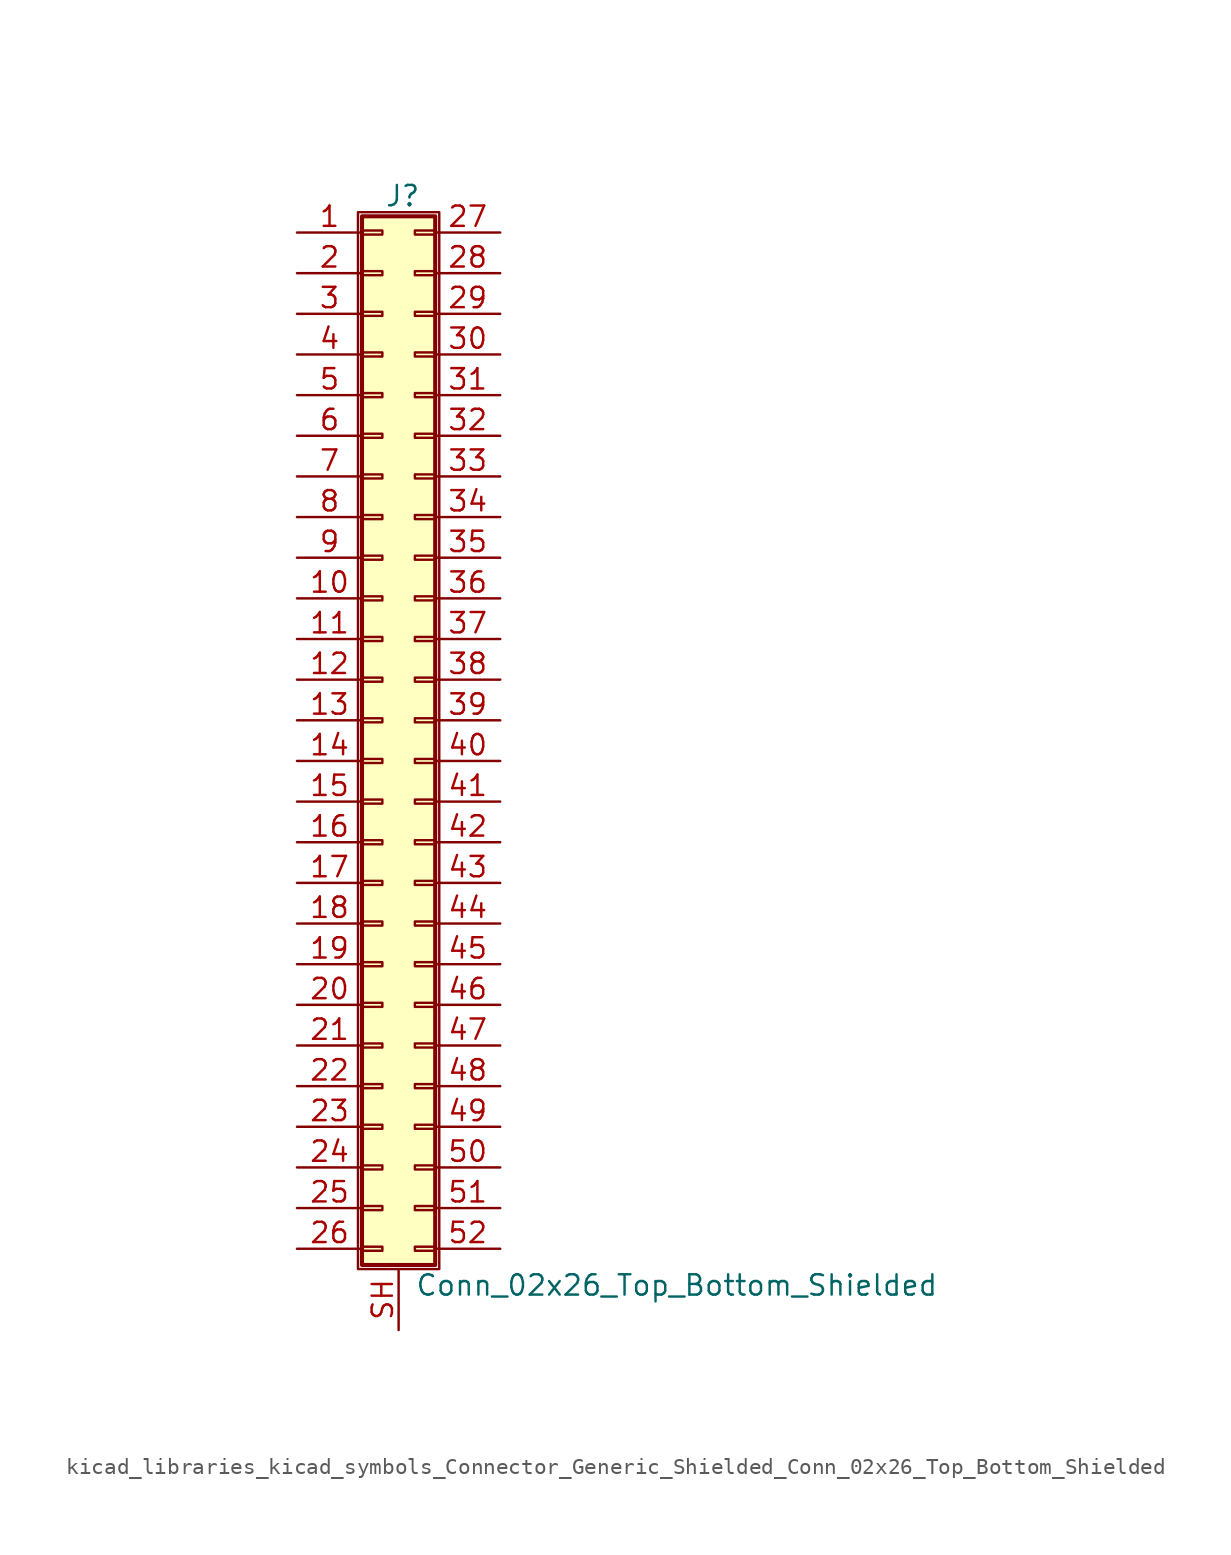
<source format=kicad_sym>
(kicad_symbol_lib
  (version 20220914)
  (generator kicad_symbol_editor)
  (symbol "kicad_libraries_kicad_symbols_Connector_Generic_Shielded_Conn_02x26_Top_Bottom_Shielded"
    (pin_names
      (offset 1.016) hide)
    (property "Reference" "J"
      (at 1.524 32.766 0)
      (effects (font (size 1.27 1.27))))
    (property "Value" "Conn_02x26_Top_Bottom_Shielded"
      (at 2.286 -35.306 0)
      (effects (font (size 1.27 1.27)) (justify left)))
    (symbol "kicad_libraries_kicad_symbols_Connector_Generic_Shielded_Conn_02x26_Top_Bottom_Shielded_1_1"
      (rectangle (start -1.27 31.75) (end 3.81 -34.29) (stroke (width 0.152) (type default)) (fill (type none)))
      (rectangle (start -1.016 -32.893) (end 0.254 -33.147) (stroke (width 0.152) (type default)) (fill (type none)))
      (rectangle (start -1.016 -30.353) (end 0.254 -30.607) (stroke (width 0.152) (type default)) (fill (type none)))
      (rectangle (start -1.016 -27.813) (end 0.254 -28.067) (stroke (width 0.152) (type default)) (fill (type none)))
      (rectangle (start -1.016 -25.273) (end 0.254 -25.527) (stroke (width 0.152) (type default)) (fill (type none)))
      (rectangle (start -1.016 -22.733) (end 0.254 -22.987) (stroke (width 0.152) (type default)) (fill (type none)))
      (rectangle (start -1.016 -20.193) (end 0.254 -20.447) (stroke (width 0.152) (type default)) (fill (type none)))
      (rectangle (start -1.016 -17.653) (end 0.254 -17.907) (stroke (width 0.152) (type default)) (fill (type none)))
      (rectangle (start -1.016 -15.113) (end 0.254 -15.367) (stroke (width 0.152) (type default)) (fill (type none)))
      (rectangle (start -1.016 -12.573) (end 0.254 -12.827) (stroke (width 0.152) (type default)) (fill (type none)))
      (rectangle (start -1.016 -10.033) (end 0.254 -10.287) (stroke (width 0.152) (type default)) (fill (type none)))
      (rectangle (start -1.016 -7.493) (end 0.254 -7.747) (stroke (width 0.152) (type default)) (fill (type none)))
      (rectangle (start -1.016 -4.953) (end 0.254 -5.207) (stroke (width 0.152) (type default)) (fill (type none)))
      (rectangle (start -1.016 -2.413) (end 0.254 -2.667) (stroke (width 0.152) (type default)) (fill (type none)))
      (rectangle (start -1.016 0.127) (end 0.254 -0.127) (stroke (width 0.152) (type default)) (fill (type none)))
      (rectangle (start -1.016 2.667) (end 0.254 2.413) (stroke (width 0.152) (type default)) (fill (type none)))
      (rectangle (start -1.016 5.207) (end 0.254 4.953) (stroke (width 0.152) (type default)) (fill (type none)))
      (rectangle (start -1.016 7.747) (end 0.254 7.493) (stroke (width 0.152) (type default)) (fill (type none)))
      (rectangle (start -1.016 10.287) (end 0.254 10.033) (stroke (width 0.152) (type default)) (fill (type none)))
      (rectangle (start -1.016 12.827) (end 0.254 12.573) (stroke (width 0.152) (type default)) (fill (type none)))
      (rectangle (start -1.016 15.367) (end 0.254 15.113) (stroke (width 0.152) (type default)) (fill (type none)))
      (rectangle (start -1.016 17.907) (end 0.254 17.653) (stroke (width 0.152) (type default)) (fill (type none)))
      (rectangle (start -1.016 20.447) (end 0.254 20.193) (stroke (width 0.152) (type default)) (fill (type none)))
      (rectangle (start -1.016 22.987) (end 0.254 22.733) (stroke (width 0.152) (type default)) (fill (type none)))
      (rectangle (start -1.016 25.527) (end 0.254 25.273) (stroke (width 0.152) (type default)) (fill (type none)))
      (rectangle (start -1.016 28.067) (end 0.254 27.813) (stroke (width 0.152) (type default)) (fill (type none)))
      (rectangle (start -1.016 30.607) (end 0.254 30.353) (stroke (width 0.152) (type default)) (fill (type none)))
      (rectangle (start -1.016 31.496) (end 3.556 -34.036) (stroke (width 0.254) (type default)) (fill (type background)))
      (rectangle (start 3.556 -32.893) (end 2.286 -33.147) (stroke (width 0.152) (type default)) (fill (type none)))
      (rectangle (start 3.556 -30.353) (end 2.286 -30.607) (stroke (width 0.152) (type default)) (fill (type none)))
      (rectangle (start 3.556 -27.813) (end 2.286 -28.067) (stroke (width 0.152) (type default)) (fill (type none)))
      (rectangle (start 3.556 -25.273) (end 2.286 -25.527) (stroke (width 0.152) (type default)) (fill (type none)))
      (rectangle (start 3.556 -22.733) (end 2.286 -22.987) (stroke (width 0.152) (type default)) (fill (type none)))
      (rectangle (start 3.556 -20.193) (end 2.286 -20.447) (stroke (width 0.152) (type default)) (fill (type none)))
      (rectangle (start 3.556 -17.653) (end 2.286 -17.907) (stroke (width 0.152) (type default)) (fill (type none)))
      (rectangle (start 3.556 -15.113) (end 2.286 -15.367) (stroke (width 0.152) (type default)) (fill (type none)))
      (rectangle (start 3.556 -12.573) (end 2.286 -12.827) (stroke (width 0.152) (type default)) (fill (type none)))
      (rectangle (start 3.556 -10.033) (end 2.286 -10.287) (stroke (width 0.152) (type default)) (fill (type none)))
      (rectangle (start 3.556 -7.493) (end 2.286 -7.747) (stroke (width 0.152) (type default)) (fill (type none)))
      (rectangle (start 3.556 -4.953) (end 2.286 -5.207) (stroke (width 0.152) (type default)) (fill (type none)))
      (rectangle (start 3.556 -2.413) (end 2.286 -2.667) (stroke (width 0.152) (type default)) (fill (type none)))
      (rectangle (start 3.556 0.127) (end 2.286 -0.127) (stroke (width 0.152) (type default)) (fill (type none)))
      (rectangle (start 3.556 2.667) (end 2.286 2.413) (stroke (width 0.152) (type default)) (fill (type none)))
      (rectangle (start 3.556 5.207) (end 2.286 4.953) (stroke (width 0.152) (type default)) (fill (type none)))
      (rectangle (start 3.556 7.747) (end 2.286 7.493) (stroke (width 0.152) (type default)) (fill (type none)))
      (rectangle (start 3.556 10.287) (end 2.286 10.033) (stroke (width 0.152) (type default)) (fill (type none)))
      (rectangle (start 3.556 12.827) (end 2.286 12.573) (stroke (width 0.152) (type default)) (fill (type none)))
      (rectangle (start 3.556 15.367) (end 2.286 15.113) (stroke (width 0.152) (type default)) (fill (type none)))
      (rectangle (start 3.556 17.907) (end 2.286 17.653) (stroke (width 0.152) (type default)) (fill (type none)))
      (rectangle (start 3.556 20.447) (end 2.286 20.193) (stroke (width 0.152) (type default)) (fill (type none)))
      (rectangle (start 3.556 22.987) (end 2.286 22.733) (stroke (width 0.152) (type default)) (fill (type none)))
      (rectangle (start 3.556 25.527) (end 2.286 25.273) (stroke (width 0.152) (type default)) (fill (type none)))
      (rectangle (start 3.556 28.067) (end 2.286 27.813) (stroke (width 0.152) (type default)) (fill (type none)))
      (rectangle (start 3.556 30.607) (end 2.286 30.353) (stroke (width 0.152) (type default)) (fill (type none)))
      (pin passive line (at -5.08 30.48 0) (length 4.064) (name "Pin_1" (effects (font (size 1.27 1.27)))) (number "1" (effects (font (size 1.27 1.27)))))
      (pin passive line (at -5.08 7.62 0) (length 4.064) (name "Pin_10" (effects (font (size 1.27 1.27)))) (number "10" (effects (font (size 1.27 1.27)))))
      (pin passive line (at -5.08 5.08 0) (length 4.064) (name "Pin_11" (effects (font (size 1.27 1.27)))) (number "11" (effects (font (size 1.27 1.27)))))
      (pin passive line (at -5.08 2.54 0) (length 4.064) (name "Pin_12" (effects (font (size 1.27 1.27)))) (number "12" (effects (font (size 1.27 1.27)))))
      (pin passive line (at -5.08 0 0) (length 4.064) (name "Pin_13" (effects (font (size 1.27 1.27)))) (number "13" (effects (font (size 1.27 1.27)))))
      (pin passive line (at -5.08 -2.54 0) (length 4.064) (name "Pin_14" (effects (font (size 1.27 1.27)))) (number "14" (effects (font (size 1.27 1.27)))))
      (pin passive line (at -5.08 -5.08 0) (length 4.064) (name "Pin_15" (effects (font (size 1.27 1.27)))) (number "15" (effects (font (size 1.27 1.27)))))
      (pin passive line (at -5.08 -7.62 0) (length 4.064) (name "Pin_16" (effects (font (size 1.27 1.27)))) (number "16" (effects (font (size 1.27 1.27)))))
      (pin passive line (at -5.08 -10.16 0) (length 4.064) (name "Pin_17" (effects (font (size 1.27 1.27)))) (number "17" (effects (font (size 1.27 1.27)))))
      (pin passive line (at -5.08 -12.7 0) (length 4.064) (name "Pin_18" (effects (font (size 1.27 1.27)))) (number "18" (effects (font (size 1.27 1.27)))))
      (pin passive line (at -5.08 -15.24 0) (length 4.064) (name "Pin_19" (effects (font (size 1.27 1.27)))) (number "19" (effects (font (size 1.27 1.27)))))
      (pin passive line (at -5.08 27.94 0) (length 4.064) (name "Pin_2" (effects (font (size 1.27 1.27)))) (number "2" (effects (font (size 1.27 1.27)))))
      (pin passive line (at -5.08 -17.78 0) (length 4.064) (name "Pin_20" (effects (font (size 1.27 1.27)))) (number "20" (effects (font (size 1.27 1.27)))))
      (pin passive line (at -5.08 -20.32 0) (length 4.064) (name "Pin_21" (effects (font (size 1.27 1.27)))) (number "21" (effects (font (size 1.27 1.27)))))
      (pin passive line (at -5.08 -22.86 0) (length 4.064) (name "Pin_22" (effects (font (size 1.27 1.27)))) (number "22" (effects (font (size 1.27 1.27)))))
      (pin passive line (at -5.08 -25.4 0) (length 4.064) (name "Pin_23" (effects (font (size 1.27 1.27)))) (number "23" (effects (font (size 1.27 1.27)))))
      (pin passive line (at -5.08 -27.94 0) (length 4.064) (name "Pin_24" (effects (font (size 1.27 1.27)))) (number "24" (effects (font (size 1.27 1.27)))))
      (pin passive line (at -5.08 -30.48 0) (length 4.064) (name "Pin_25" (effects (font (size 1.27 1.27)))) (number "25" (effects (font (size 1.27 1.27)))))
      (pin passive line (at -5.08 -33.02 0) (length 4.064) (name "Pin_26" (effects (font (size 1.27 1.27)))) (number "26" (effects (font (size 1.27 1.27)))))
      (pin passive line (at 7.62 30.48 180) (length 4.064) (name "Pin_27" (effects (font (size 1.27 1.27)))) (number "27" (effects (font (size 1.27 1.27)))))
      (pin passive line (at 7.62 27.94 180) (length 4.064) (name "Pin_28" (effects (font (size 1.27 1.27)))) (number "28" (effects (font (size 1.27 1.27)))))
      (pin passive line (at 7.62 25.4 180) (length 4.064) (name "Pin_29" (effects (font (size 1.27 1.27)))) (number "29" (effects (font (size 1.27 1.27)))))
      (pin passive line (at -5.08 25.4 0) (length 4.064) (name "Pin_3" (effects (font (size 1.27 1.27)))) (number "3" (effects (font (size 1.27 1.27)))))
      (pin passive line (at 7.62 22.86 180) (length 4.064) (name "Pin_30" (effects (font (size 1.27 1.27)))) (number "30" (effects (font (size 1.27 1.27)))))
      (pin passive line (at 7.62 20.32 180) (length 4.064) (name "Pin_31" (effects (font (size 1.27 1.27)))) (number "31" (effects (font (size 1.27 1.27)))))
      (pin passive line (at 7.62 17.78 180) (length 4.064) (name "Pin_32" (effects (font (size 1.27 1.27)))) (number "32" (effects (font (size 1.27 1.27)))))
      (pin passive line (at 7.62 15.24 180) (length 4.064) (name "Pin_33" (effects (font (size 1.27 1.27)))) (number "33" (effects (font (size 1.27 1.27)))))
      (pin passive line (at 7.62 12.7 180) (length 4.064) (name "Pin_34" (effects (font (size 1.27 1.27)))) (number "34" (effects (font (size 1.27 1.27)))))
      (pin passive line (at 7.62 10.16 180) (length 4.064) (name "Pin_35" (effects (font (size 1.27 1.27)))) (number "35" (effects (font (size 1.27 1.27)))))
      (pin passive line (at 7.62 7.62 180) (length 4.064) (name "Pin_36" (effects (font (size 1.27 1.27)))) (number "36" (effects (font (size 1.27 1.27)))))
      (pin passive line (at 7.62 5.08 180) (length 4.064) (name "Pin_37" (effects (font (size 1.27 1.27)))) (number "37" (effects (font (size 1.27 1.27)))))
      (pin passive line (at 7.62 2.54 180) (length 4.064) (name "Pin_38" (effects (font (size 1.27 1.27)))) (number "38" (effects (font (size 1.27 1.27)))))
      (pin passive line (at 7.62 0 180) (length 4.064) (name "Pin_39" (effects (font (size 1.27 1.27)))) (number "39" (effects (font (size 1.27 1.27)))))
      (pin passive line (at -5.08 22.86 0) (length 4.064) (name "Pin_4" (effects (font (size 1.27 1.27)))) (number "4" (effects (font (size 1.27 1.27)))))
      (pin passive line (at 7.62 -2.54 180) (length 4.064) (name "Pin_40" (effects (font (size 1.27 1.27)))) (number "40" (effects (font (size 1.27 1.27)))))
      (pin passive line (at 7.62 -5.08 180) (length 4.064) (name "Pin_41" (effects (font (size 1.27 1.27)))) (number "41" (effects (font (size 1.27 1.27)))))
      (pin passive line (at 7.62 -7.62 180) (length 4.064) (name "Pin_42" (effects (font (size 1.27 1.27)))) (number "42" (effects (font (size 1.27 1.27)))))
      (pin passive line (at 7.62 -10.16 180) (length 4.064) (name "Pin_43" (effects (font (size 1.27 1.27)))) (number "43" (effects (font (size 1.27 1.27)))))
      (pin passive line (at 7.62 -12.7 180) (length 4.064) (name "Pin_44" (effects (font (size 1.27 1.27)))) (number "44" (effects (font (size 1.27 1.27)))))
      (pin passive line (at 7.62 -15.24 180) (length 4.064) (name "Pin_45" (effects (font (size 1.27 1.27)))) (number "45" (effects (font (size 1.27 1.27)))))
      (pin passive line (at 7.62 -17.78 180) (length 4.064) (name "Pin_46" (effects (font (size 1.27 1.27)))) (number "46" (effects (font (size 1.27 1.27)))))
      (pin passive line (at 7.62 -20.32 180) (length 4.064) (name "Pin_47" (effects (font (size 1.27 1.27)))) (number "47" (effects (font (size 1.27 1.27)))))
      (pin passive line (at 7.62 -22.86 180) (length 4.064) (name "Pin_48" (effects (font (size 1.27 1.27)))) (number "48" (effects (font (size 1.27 1.27)))))
      (pin passive line (at 7.62 -25.4 180) (length 4.064) (name "Pin_49" (effects (font (size 1.27 1.27)))) (number "49" (effects (font (size 1.27 1.27)))))
      (pin passive line (at -5.08 20.32 0) (length 4.064) (name "Pin_5" (effects (font (size 1.27 1.27)))) (number "5" (effects (font (size 1.27 1.27)))))
      (pin passive line (at 7.62 -27.94 180) (length 4.064) (name "Pin_50" (effects (font (size 1.27 1.27)))) (number "50" (effects (font (size 1.27 1.27)))))
      (pin passive line (at 7.62 -30.48 180) (length 4.064) (name "Pin_51" (effects (font (size 1.27 1.27)))) (number "51" (effects (font (size 1.27 1.27)))))
      (pin passive line (at 7.62 -33.02 180) (length 4.064) (name "Pin_52" (effects (font (size 1.27 1.27)))) (number "52" (effects (font (size 1.27 1.27)))))
      (pin passive line (at -5.08 17.78 0) (length 4.064) (name "Pin_6" (effects (font (size 1.27 1.27)))) (number "6" (effects (font (size 1.27 1.27)))))
      (pin passive line (at -5.08 15.24 0) (length 4.064) (name "Pin_7" (effects (font (size 1.27 1.27)))) (number "7" (effects (font (size 1.27 1.27)))))
      (pin passive line (at -5.08 12.7 0) (length 4.064) (name "Pin_8" (effects (font (size 1.27 1.27)))) (number "8" (effects (font (size 1.27 1.27)))))
      (pin passive line (at -5.08 10.16 0) (length 4.064) (name "Pin_9" (effects (font (size 1.27 1.27)))) (number "9" (effects (font (size 1.27 1.27)))))
      (pin passive line (at 1.27 -38.1 90) (length 3.81) (name "Shield" (effects (font (size 1.27 1.27)))) (number "SH" (effects (font (size 1.27 1.27))))))))
</source>
